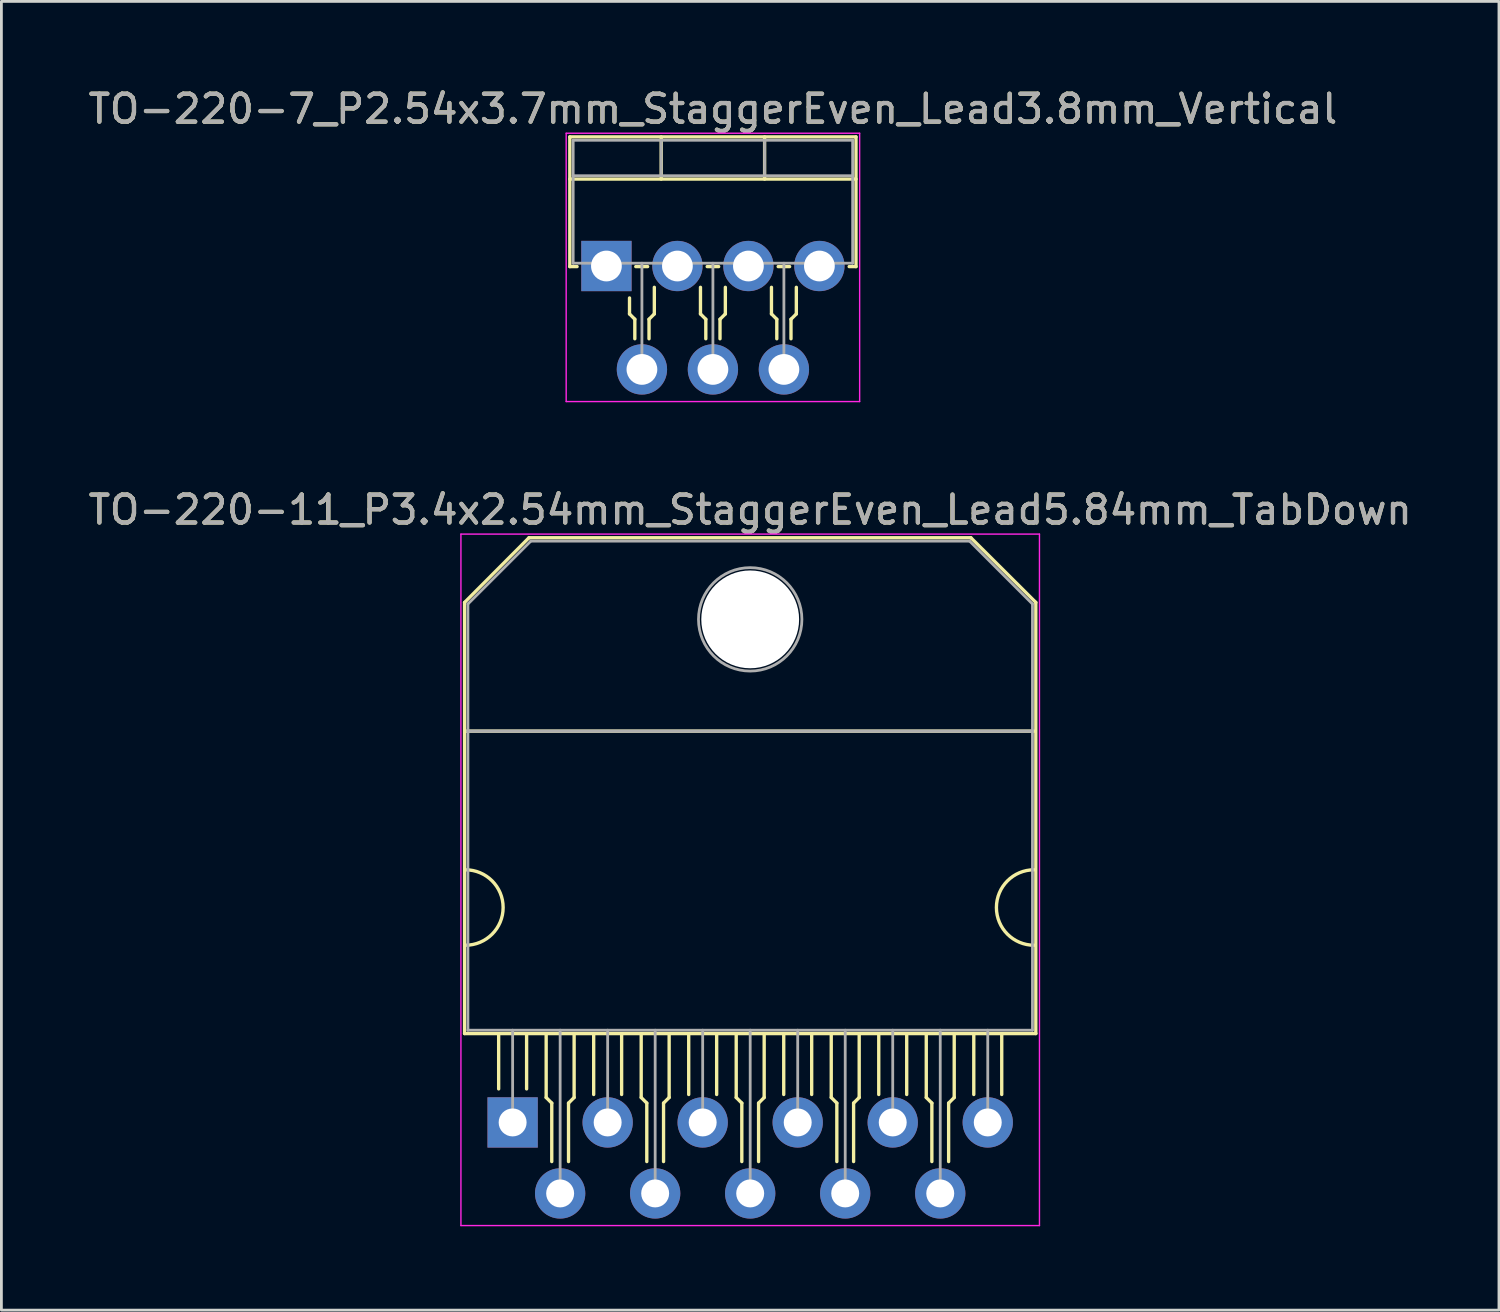
<source format=kicad_pcb>
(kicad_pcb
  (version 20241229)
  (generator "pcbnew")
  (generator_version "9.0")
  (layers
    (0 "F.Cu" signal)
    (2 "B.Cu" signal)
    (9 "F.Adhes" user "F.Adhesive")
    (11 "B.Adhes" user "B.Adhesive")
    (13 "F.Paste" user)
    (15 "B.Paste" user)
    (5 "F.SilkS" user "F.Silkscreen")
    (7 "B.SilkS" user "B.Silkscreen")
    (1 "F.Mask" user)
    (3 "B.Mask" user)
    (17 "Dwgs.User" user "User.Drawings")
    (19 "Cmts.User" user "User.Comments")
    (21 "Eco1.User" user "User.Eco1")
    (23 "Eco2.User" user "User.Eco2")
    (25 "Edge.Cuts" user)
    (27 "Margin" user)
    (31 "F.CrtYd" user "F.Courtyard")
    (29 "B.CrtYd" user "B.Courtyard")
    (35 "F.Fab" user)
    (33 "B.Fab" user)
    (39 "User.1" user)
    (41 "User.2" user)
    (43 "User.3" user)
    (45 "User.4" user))
  (footprint "TO-220-11_P3.4x2.54mm_StaggerEven_Lead5.84mm_TabDown"
    (layer "F.Cu")
    (at 15.292 37.111)
    (property "Reference" "TO-220-11_P3.4x2.54mm_StaggerEven_Lead5.84mm_TabDown" (at 8.5 -21.92 0) (layer "F.SilkS") (effects (font (size 1 1) (thickness 0.15))))
    (attr through_hole)
    (fp_line (start -1.72 -18.605) (end -1.72 -3.18) (stroke (width 0.12) (type solid)) (layer "F.SilkS"))
    (fp_line (start -1.72 -18.605) (end 0.585 -20.92) (stroke (width 0.12) (type solid)) (layer "F.SilkS"))
    (fp_line (start -1.72 -3.18) (end 18.72 -3.18) (stroke (width 0.12) (type solid)) (layer "F.SilkS"))
    (fp_line (start -1.69 -14) (end 18.66 -14) (stroke (width 0.12) (type solid)) (layer "F.SilkS"))
    (fp_line (start -0.5 -3.142) (end -0.5 -1.2) (stroke (width 0.12) (type solid)) (layer "F.SilkS"))
    (fp_line (start 0.5 -3.142) (end 0.5 -1.2) (stroke (width 0.12) (type solid)) (layer "F.SilkS"))
    (fp_line (start 0.585 -20.92) (end 16.396 -20.92) (stroke (width 0.12) (type solid)) (layer "F.SilkS"))
    (fp_line (start 1.2 -3.142) (end 1.2 -0.892) (stroke (width 0.12) (type solid)) (layer "F.SilkS"))
    (fp_line (start 1.2 -0.892) (end 1.4 -0.692) (stroke (width 0.12) (type solid)) (layer "F.SilkS"))
    (fp_line (start 1.4 1.4) (end 1.4 -0.692) (stroke (width 0.12) (type solid)) (layer "F.SilkS"))
    (fp_line (start 2 1.4) (end 2 -0.692) (stroke (width 0.12) (type solid)) (layer "F.SilkS"))
    (fp_line (start 2.2 -3.142) (end 2.2 -0.892) (stroke (width 0.12) (type solid)) (layer "F.SilkS"))
    (fp_line (start 2.2 -0.892) (end 2 -0.692) (stroke (width 0.12) (type solid)) (layer "F.SilkS"))
    (fp_line (start 2.9 -3.142) (end 2.9 -1) (stroke (width 0.12) (type solid)) (layer "F.SilkS"))
    (fp_line (start 3.9 -3.142) (end 3.9 -1) (stroke (width 0.12) (type solid)) (layer "F.SilkS"))
    (fp_line (start 4.6 -3.142) (end 4.6 -0.892) (stroke (width 0.12) (type solid)) (layer "F.SilkS"))
    (fp_line (start 4.6 -0.892) (end 4.8 -0.692) (stroke (width 0.12) (type solid)) (layer "F.SilkS"))
    (fp_line (start 4.8 1.4) (end 4.8 -0.692) (stroke (width 0.12) (type solid)) (layer "F.SilkS"))
    (fp_line (start 5.4 1.4) (end 5.4 -0.692) (stroke (width 0.12) (type solid)) (layer "F.SilkS"))
    (fp_line (start 5.6 -3.142) (end 5.6 -0.892) (stroke (width 0.12) (type solid)) (layer "F.SilkS"))
    (fp_line (start 5.6 -0.892) (end 5.4 -0.692) (stroke (width 0.12) (type solid)) (layer "F.SilkS"))
    (fp_line (start 6.3 -3.142) (end 6.3 -1) (stroke (width 0.12) (type solid)) (layer "F.SilkS"))
    (fp_line (start 7.3 -3.142) (end 7.3 -1) (stroke (width 0.12) (type solid)) (layer "F.SilkS"))
    (fp_line (start 8 -3.142) (end 8 -0.892) (stroke (width 0.12) (type solid)) (layer "F.SilkS"))
    (fp_line (start 8 -0.892) (end 8.2 -0.692) (stroke (width 0.12) (type solid)) (layer "F.SilkS"))
    (fp_line (start 8.2 1.4) (end 8.2 -0.692) (stroke (width 0.12) (type solid)) (layer "F.SilkS"))
    (fp_line (start 8.8 1.4) (end 8.8 -0.692) (stroke (width 0.12) (type solid)) (layer "F.SilkS"))
    (fp_line (start 9 -3.142) (end 9 -0.892) (stroke (width 0.12) (type solid)) (layer "F.SilkS"))
    (fp_line (start 9 -0.892) (end 8.8 -0.692) (stroke (width 0.12) (type solid)) (layer "F.SilkS"))
    (fp_line (start 9.7 -3.142) (end 9.7 -1) (stroke (width 0.12) (type solid)) (layer "F.SilkS"))
    (fp_line (start 10.7 -3.142) (end 10.7 -1) (stroke (width 0.12) (type solid)) (layer "F.SilkS"))
    (fp_line (start 11.4 -3.142) (end 11.4 -0.892) (stroke (width 0.12) (type solid)) (layer "F.SilkS"))
    (fp_line (start 11.4 -0.892) (end 11.6 -0.692) (stroke (width 0.12) (type solid)) (layer "F.SilkS"))
    (fp_line (start 11.6 1.4) (end 11.6 -0.692) (stroke (width 0.12) (type solid)) (layer "F.SilkS"))
    (fp_line (start 12.2 1.4) (end 12.2 -0.692) (stroke (width 0.12) (type solid)) (layer "F.SilkS"))
    (fp_line (start 12.4 -3.142) (end 12.4 -0.892) (stroke (width 0.12) (type solid)) (layer "F.SilkS"))
    (fp_line (start 12.4 -0.892) (end 12.2 -0.692) (stroke (width 0.12) (type solid)) (layer "F.SilkS"))
    (fp_line (start 13.1 -3.142) (end 13.1 -1) (stroke (width 0.12) (type solid)) (layer "F.SilkS"))
    (fp_line (start 14.1 -3.142) (end 14.1 -1) (stroke (width 0.12) (type solid)) (layer "F.SilkS"))
    (fp_line (start 14.8 -3.142) (end 14.8 -0.892) (stroke (width 0.12) (type solid)) (layer "F.SilkS"))
    (fp_line (start 14.8 -0.892) (end 15 -0.692) (stroke (width 0.12) (type solid)) (layer "F.SilkS"))
    (fp_line (start 15 1.4) (end 15 -0.692) (stroke (width 0.12) (type solid)) (layer "F.SilkS"))
    (fp_line (start 15.6 1.4) (end 15.6 -0.692) (stroke (width 0.12) (type solid)) (layer "F.SilkS"))
    (fp_line (start 15.8 -3.142) (end 15.8 -0.892) (stroke (width 0.12) (type solid)) (layer "F.SilkS"))
    (fp_line (start 15.8 -0.892) (end 15.6 -0.692) (stroke (width 0.12) (type solid)) (layer "F.SilkS"))
    (fp_line (start 16.5 -3.142) (end 16.5 -1) (stroke (width 0.12) (type solid)) (layer "F.SilkS"))
    (fp_line (start 17.5 -3.142) (end 17.5 -1) (stroke (width 0.12) (type solid)) (layer "F.SilkS"))
    (fp_line (start 18.72 -18.605) (end 16.396 -20.92) (stroke (width 0.12) (type solid)) (layer "F.SilkS"))
    (fp_line (start 18.72 -18.605) (end 18.72 -3.18) (stroke (width 0.12) (type solid)) (layer "F.SilkS"))
    (fp_arc (start -1.69 -9.04) (mid -0.34 -7.69) (end -1.69 -6.34) (stroke (width 0.12) (type solid)) (layer "F.SilkS"))
    (fp_arc (start 18.66 -6.34) (mid 17.31 -7.69) (end 18.66 -9.04) (stroke (width 0.12) (type solid)) (layer "F.SilkS"))
    (fp_line (start -1.85 -21.05) (end -1.85 3.69) (stroke (width 0.05) (type solid)) (layer "F.CrtYd"))
    (fp_line (start -1.85 3.69) (end 18.85 3.69) (stroke (width 0.05) (type solid)) (layer "F.CrtYd"))
    (fp_line (start 18.85 -21.05) (end -1.85 -21.05) (stroke (width 0.05) (type solid)) (layer "F.CrtYd"))
    (fp_line (start 18.85 3.69) (end 18.85 -21.05) (stroke (width 0.05) (type solid)) (layer "F.CrtYd"))
    (fp_line (start -1.6 -18.55) (end 0.651 -20.8) (stroke (width 0.1) (type solid)) (layer "F.Fab"))
    (fp_line (start -1.6 -14) (end -1.6 -18.55) (stroke (width 0.1) (type solid)) (layer "F.Fab"))
    (fp_line (start -1.6 -14) (end 18.6 -14) (stroke (width 0.1) (type solid)) (layer "F.Fab"))
    (fp_line (start -1.6 -3.3) (end -1.6 -14) (stroke (width 0.1) (type solid)) (layer "F.Fab"))
    (fp_line (start 0 -3.3) (end 0 0) (stroke (width 0.1) (type solid)) (layer "F.Fab"))
    (fp_line (start 0.651 -20.8) (end 16.351 -20.8) (stroke (width 0.1) (type solid)) (layer "F.Fab"))
    (fp_line (start 1.7 -3.3) (end 1.7 2.54) (stroke (width 0.1) (type solid)) (layer "F.Fab"))
    (fp_line (start 3.4 -3.3) (end 3.4 0) (stroke (width 0.1) (type solid)) (layer "F.Fab"))
    (fp_line (start 5.1 -3.3) (end 5.1 2.54) (stroke (width 0.1) (type solid)) (layer "F.Fab"))
    (fp_line (start 6.8 -3.3) (end 6.8 0) (stroke (width 0.1) (type solid)) (layer "F.Fab"))
    (fp_line (start 8.5 -3.3) (end 8.5 2.54) (stroke (width 0.1) (type solid)) (layer "F.Fab"))
    (fp_line (start 10.2 -3.3) (end 10.2 0) (stroke (width 0.1) (type solid)) (layer "F.Fab"))
    (fp_line (start 11.9 -3.3) (end 11.9 2.54) (stroke (width 0.1) (type solid)) (layer "F.Fab"))
    (fp_line (start 13.6 -3.3) (end 13.6 0) (stroke (width 0.1) (type solid)) (layer "F.Fab"))
    (fp_line (start 15.3 -3.3) (end 15.3 2.54) (stroke (width 0.1) (type solid)) (layer "F.Fab"))
    (fp_line (start 16.351 -20.8) (end 18.6 -18.55) (stroke (width 0.1) (type solid)) (layer "F.Fab"))
    (fp_line (start 17 -3.3) (end 17 0) (stroke (width 0.1) (type solid)) (layer "F.Fab"))
    (fp_line (start 18.6 -18.55) (end 18.6 -14) (stroke (width 0.1) (type solid)) (layer "F.Fab"))
    (fp_line (start 18.6 -14) (end -1.6 -14) (stroke (width 0.1) (type solid)) (layer "F.Fab"))
    (fp_line (start 18.6 -14) (end 18.6 -3.3) (stroke (width 0.1) (type solid)) (layer "F.Fab"))
    (fp_line (start 18.6 -3.3) (end -1.6 -3.3) (stroke (width 0.1) (type solid)) (layer "F.Fab"))
    (fp_circle (center 8.5 -18) (end 10.35 -18) (stroke (width 0.1) (type solid)) (fill no) (layer "F.Fab"))
    (fp_text user "${REFERENCE}" (at 8.5 -21.92 0) (layer "F.Fab") (effects (font (size 1 1) (thickness 0.15))))
    (pad "" np_thru_hole oval (at 8.5 -18) (size 3.5 3.5) (drill 3.5) (layers "*.Cu" "*.Mask"))
    (pad "1" thru_hole rect (at 0 0) (size 1.8 1.8) (drill 1) (layers "*.Cu" "*.Mask"))
    (pad "2" thru_hole oval (at 1.7 2.54) (size 1.8 1.8) (drill 1) (layers "*.Cu" "*.Mask"))
    (pad "3" thru_hole oval (at 3.4 0) (size 1.8 1.8) (drill 1) (layers "*.Cu" "*.Mask"))
    (pad "4" thru_hole oval (at 5.1 2.54) (size 1.8 1.8) (drill 1) (layers "*.Cu" "*.Mask"))
    (pad "5" thru_hole oval (at 6.8 0) (size 1.8 1.8) (drill 1) (layers "*.Cu" "*.Mask"))
    (pad "6" thru_hole oval (at 8.5 2.54) (size 1.8 1.8) (drill 1) (layers "*.Cu" "*.Mask"))
    (pad "7" thru_hole oval (at 10.2 0) (size 1.8 1.8) (drill 1) (layers "*.Cu" "*.Mask"))
    (pad "8" thru_hole oval (at 11.9 2.54) (size 1.8 1.8) (drill 1) (layers "*.Cu" "*.Mask"))
    (pad "9" thru_hole oval (at 13.6 0) (size 1.8 1.8) (drill 1) (layers "*.Cu" "*.Mask"))
    (pad "10" thru_hole oval (at 15.3 2.54) (size 1.8 1.8) (drill 1) (layers "*.Cu" "*.Mask"))
    (pad "11" thru_hole oval (at 17 0) (size 1.8 1.8) (drill 1) (layers "*.Cu" "*.Mask")))
  (footprint "TO-220-7_P2.54x3.7mm_StaggerEven_Lead3.8mm_Vertical"
    (layer "F.Cu")
    (at 18.648 6.468)
    (property "Reference" "TO-220-7_P2.54x3.7mm_StaggerEven_Lead3.8mm_Vertical" (at 3.81 -5.62 0) (layer "F.SilkS") (effects (font (size 1 1) (thickness 0.15))))
    (attr through_hole)
    (fp_line (start -1.31 -4.62) (end -1.31 0.021) (stroke (width 0.12) (type solid)) (layer "F.SilkS"))
    (fp_line (start -1.31 -4.62) (end 8.93 -4.62) (stroke (width 0.12) (type solid)) (layer "F.SilkS"))
    (fp_line (start -1.31 -3.111) (end 8.93 -3.111) (stroke (width 0.12) (type solid)) (layer "F.SilkS"))
    (fp_line (start -1.31 0.021) (end -1.05 0.021) (stroke (width 0.12) (type solid)) (layer "F.SilkS"))
    (fp_line (start 0.826 1.143) (end 0.826 1.714) (stroke (width 0.12) (type solid)) (layer "F.SilkS"))
    (fp_line (start 0.826 1.714) (end 1.016 1.905) (stroke (width 0.12) (type solid)) (layer "F.SilkS"))
    (fp_line (start 1.016 1.905) (end 1.016 2.603) (stroke (width 0.12) (type solid)) (layer "F.SilkS"))
    (fp_line (start 1.05 0.021) (end 1.475 0.021) (stroke (width 0.12) (type solid)) (layer "F.SilkS"))
    (fp_line (start 1.524 1.905) (end 1.714 1.714) (stroke (width 0.12) (type solid)) (layer "F.SilkS"))
    (fp_line (start 1.524 2.603) (end 1.524 1.905) (stroke (width 0.12) (type solid)) (layer "F.SilkS"))
    (fp_line (start 1.714 1.714) (end 1.714 0.762) (stroke (width 0.12) (type solid)) (layer "F.SilkS"))
    (fp_line (start 1.96 -4.62) (end 1.96 -3.111) (stroke (width 0.12) (type solid)) (layer "F.SilkS"))
    (fp_line (start 3.365 0.762) (end 3.365 1.714) (stroke (width 0.12) (type solid)) (layer "F.SilkS"))
    (fp_line (start 3.365 1.714) (end 3.556 1.905) (stroke (width 0.12) (type solid)) (layer "F.SilkS"))
    (fp_line (start 3.556 1.905) (end 3.556 2.603) (stroke (width 0.12) (type solid)) (layer "F.SilkS"))
    (fp_line (start 3.605 0.021) (end 4.016 0.021) (stroke (width 0.12) (type solid)) (layer "F.SilkS"))
    (fp_line (start 4.064 1.905) (end 4.255 1.714) (stroke (width 0.12) (type solid)) (layer "F.SilkS"))
    (fp_line (start 4.064 2.603) (end 4.064 1.905) (stroke (width 0.12) (type solid)) (layer "F.SilkS"))
    (fp_line (start 4.255 1.714) (end 4.255 0.762) (stroke (width 0.12) (type solid)) (layer "F.SilkS"))
    (fp_line (start 5.66 -4.62) (end 5.66 -3.111) (stroke (width 0.12) (type solid)) (layer "F.SilkS"))
    (fp_line (start 5.905 0.762) (end 5.905 1.714) (stroke (width 0.12) (type solid)) (layer "F.SilkS"))
    (fp_line (start 5.905 1.714) (end 6.096 1.905) (stroke (width 0.12) (type solid)) (layer "F.SilkS"))
    (fp_line (start 6.096 1.905) (end 6.096 2.603) (stroke (width 0.12) (type solid)) (layer "F.SilkS"))
    (fp_line (start 6.145 0.021) (end 6.555 0.021) (stroke (width 0.12) (type solid)) (layer "F.SilkS"))
    (fp_line (start 6.604 1.905) (end 6.795 1.714) (stroke (width 0.12) (type solid)) (layer "F.SilkS"))
    (fp_line (start 6.604 2.603) (end 6.604 1.905) (stroke (width 0.12) (type solid)) (layer "F.SilkS"))
    (fp_line (start 6.795 1.714) (end 6.795 0.762) (stroke (width 0.12) (type solid)) (layer "F.SilkS"))
    (fp_line (start 8.685 0.021) (end 8.93 0.021) (stroke (width 0.12) (type solid)) (layer "F.SilkS"))
    (fp_line (start 8.93 -4.62) (end 8.93 0.021) (stroke (width 0.12) (type solid)) (layer "F.SilkS"))
    (fp_line (start -1.44 -4.75) (end -1.44 4.85) (stroke (width 0.05) (type solid)) (layer "F.CrtYd"))
    (fp_line (start -1.44 4.85) (end 9.06 4.85) (stroke (width 0.05) (type solid)) (layer "F.CrtYd"))
    (fp_line (start 9.06 -4.75) (end -1.44 -4.75) (stroke (width 0.05) (type solid)) (layer "F.CrtYd"))
    (fp_line (start 9.06 4.85) (end 9.06 -4.75) (stroke (width 0.05) (type solid)) (layer "F.CrtYd"))
    (fp_line (start -1.19 -4.5) (end -1.19 -0.1) (stroke (width 0.1) (type solid)) (layer "F.Fab"))
    (fp_line (start -1.19 -3.23) (end 8.81 -3.23) (stroke (width 0.1) (type solid)) (layer "F.Fab"))
    (fp_line (start -1.19 -0.1) (end 8.81 -0.1) (stroke (width 0.1) (type solid)) (layer "F.Fab"))
    (fp_line (start 0 -0.1) (end 0 0) (stroke (width 0.1) (type solid)) (layer "F.Fab"))
    (fp_line (start 1.27 -0.1) (end 1.27 3.7) (stroke (width 0.1) (type solid)) (layer "F.Fab"))
    (fp_line (start 1.96 -4.5) (end 1.96 -3.23) (stroke (width 0.1) (type solid)) (layer "F.Fab"))
    (fp_line (start 2.54 -0.1) (end 2.54 0) (stroke (width 0.1) (type solid)) (layer "F.Fab"))
    (fp_line (start 3.81 -0.1) (end 3.81 3.7) (stroke (width 0.1) (type solid)) (layer "F.Fab"))
    (fp_line (start 5.08 -0.1) (end 5.08 0) (stroke (width 0.1) (type solid)) (layer "F.Fab"))
    (fp_line (start 5.66 -4.5) (end 5.66 -3.23) (stroke (width 0.1) (type solid)) (layer "F.Fab"))
    (fp_line (start 6.35 -0.1) (end 6.35 3.7) (stroke (width 0.1) (type solid)) (layer "F.Fab"))
    (fp_line (start 7.62 -0.1) (end 7.62 0) (stroke (width 0.1) (type solid)) (layer "F.Fab"))
    (fp_line (start 8.81 -4.5) (end -1.19 -4.5) (stroke (width 0.1) (type solid)) (layer "F.Fab"))
    (fp_line (start 8.81 -0.1) (end 8.81 -4.5) (stroke (width 0.1) (type solid)) (layer "F.Fab"))
    (fp_text user "${REFERENCE}" (at 3.81 -5.62 0) (layer "F.Fab") (effects (font (size 1 1) (thickness 0.15))))
    (pad "1" thru_hole rect (at 0 0) (size 1.8 1.8) (drill 1.1) (layers "*.Cu" "*.Mask"))
    (pad "2" thru_hole oval (at 1.27 3.7) (size 1.8 1.8) (drill 1.1) (layers "*.Cu" "*.Mask"))
    (pad "3" thru_hole oval (at 2.54 0) (size 1.8 1.8) (drill 1.1) (layers "*.Cu" "*.Mask"))
    (pad "4" thru_hole oval (at 3.81 3.7) (size 1.8 1.8) (drill 1.1) (layers "*.Cu" "*.Mask"))
    (pad "5" thru_hole oval (at 5.08 0) (size 1.8 1.8) (drill 1.1) (layers "*.Cu" "*.Mask"))
    (pad "6" thru_hole oval (at 6.35 3.7) (size 1.8 1.8) (drill 1.1) (layers "*.Cu" "*.Mask"))
    (pad "7" thru_hole oval (at 7.62 0) (size 1.8 1.8) (drill 1.1) (layers "*.Cu" "*.Mask")))
  (gr_rect
    (start -3 -3)
    (end 50.583 43.827)
    (stroke (width 0.1) (type default))
    (fill no)
    (layer "Edge.Cuts")))
</source>
